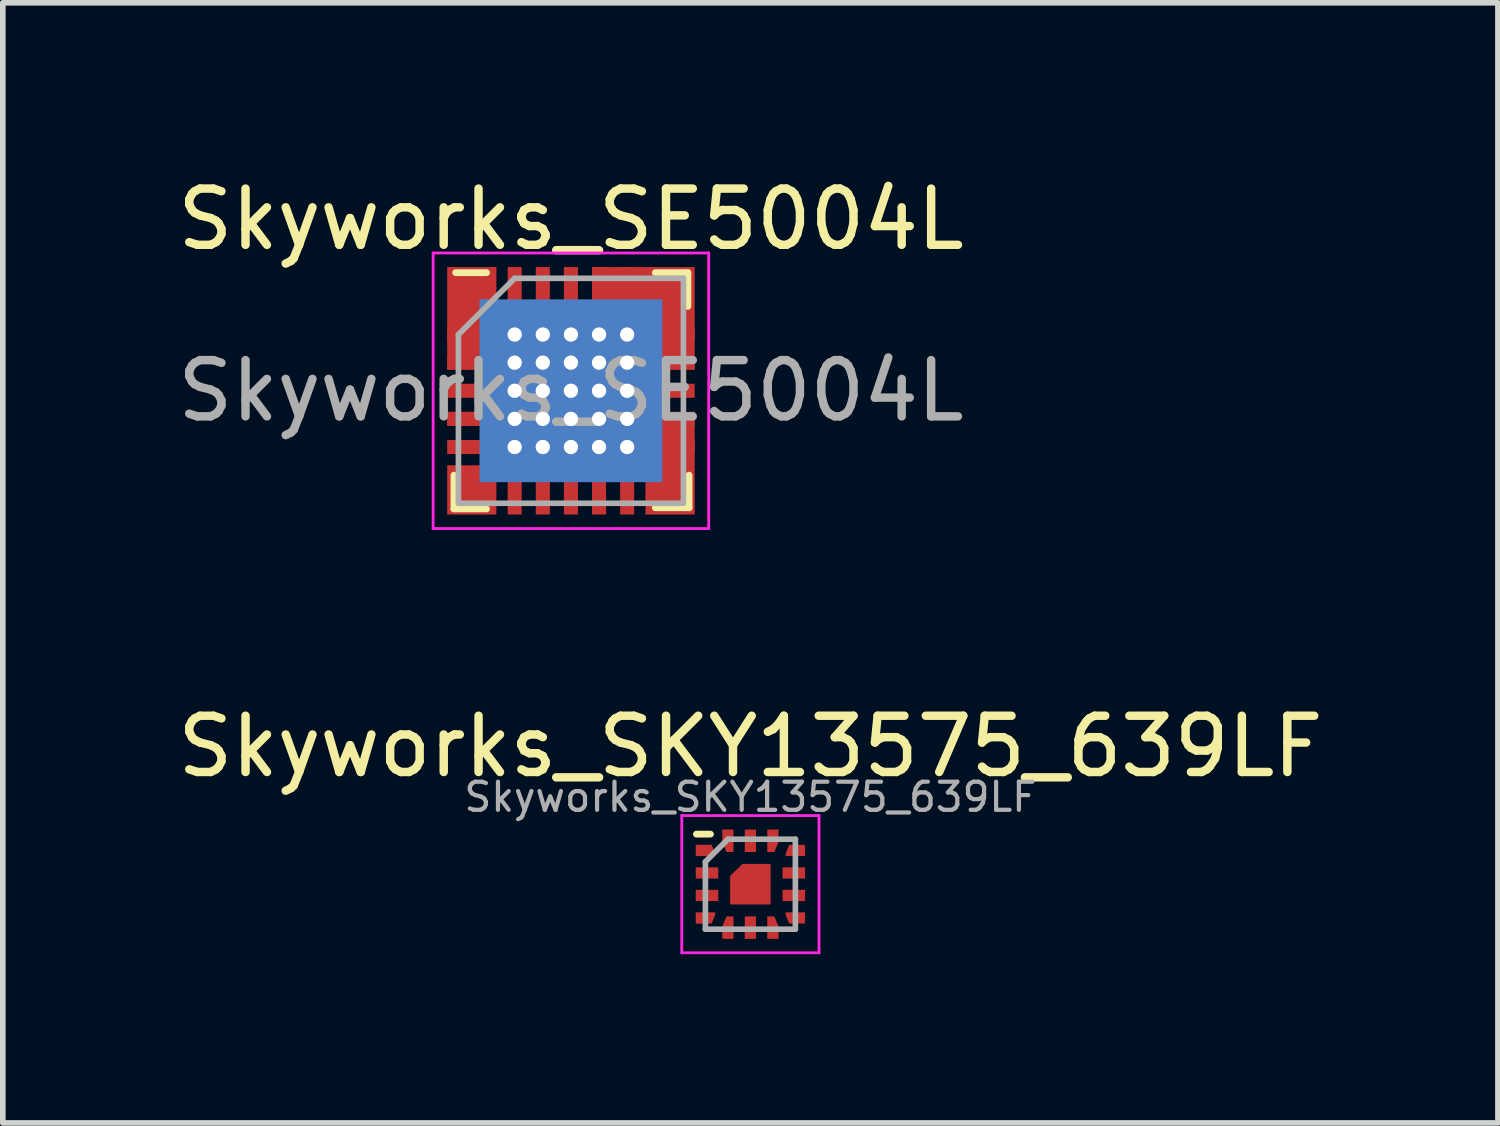
<source format=kicad_pcb>
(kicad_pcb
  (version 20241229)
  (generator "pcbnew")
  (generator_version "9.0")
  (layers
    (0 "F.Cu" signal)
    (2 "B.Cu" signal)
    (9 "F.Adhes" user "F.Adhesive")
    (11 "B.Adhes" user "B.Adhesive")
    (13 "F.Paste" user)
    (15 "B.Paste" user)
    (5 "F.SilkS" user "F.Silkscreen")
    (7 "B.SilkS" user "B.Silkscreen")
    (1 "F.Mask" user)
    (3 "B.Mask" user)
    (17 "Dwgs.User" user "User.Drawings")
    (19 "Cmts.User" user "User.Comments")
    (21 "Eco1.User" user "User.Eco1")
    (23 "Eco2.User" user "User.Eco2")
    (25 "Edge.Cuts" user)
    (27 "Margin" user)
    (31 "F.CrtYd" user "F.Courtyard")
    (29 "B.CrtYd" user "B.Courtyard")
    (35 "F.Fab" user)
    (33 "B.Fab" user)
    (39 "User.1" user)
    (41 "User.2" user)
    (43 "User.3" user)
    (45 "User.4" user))
  (footprint "Skyworks_SE5004L"
    (layer "F.Cu")
    (at 7.101 3.898)
    (property "Reference" "Skyworks_SE5004L" (at 0 -3.05 0) (layer "F.SilkS") (effects (font (size 1 1) (thickness 0.15))))
    (attr smd)
    (fp_poly (pts (xy -1.325 -1.3) (xy 0.375 -1.3) (xy 0.375 -2.2) (xy 2.2 -2.2) (xy 2.2 -0.375) (xy 1.3 -0.375) (xy 1.3 0.375) (xy 2.2 0.375) (xy 2.2 2.2) (xy 1.325 2.2) (xy 1.325 1.3) (xy -1.21 1.3) (xy -1.325 1.415) (xy -1.325 2.2) (xy -2.2 2.2) (xy -2.2 1.325) (xy -1.415 1.325) (xy -1.3 1.21) (xy -1.3 0.625) (xy -2.2 0.625) (xy -2.2 0.375) (xy -1.3 0.375) (xy -1.3 -0.375) (xy -2.2 -0.375) (xy -2.2 -2.2) (xy -1.325 -2.2)) (stroke (width 0) (type solid)) (fill yes) (layer "F.Cu"))
    (fp_poly (pts (xy 1.2 1.2) (xy -1.2 1.2) (xy -1.2 -1.2) (xy 1.2 -1.2)) (stroke (width 0) (type solid)) (fill yes) (layer "F.Mask"))
    (fp_poly (pts (xy 1.625 1.625) (xy -1.625 1.625) (xy -1.625 -1.625) (xy 1.625 -1.625)) (stroke (width 0) (type solid)) (fill yes) (layer "B.Cu"))
    (fp_line (start -2.08 1.5) (end -2.08 2.1) (stroke (width 0.12) (type solid)) (layer "F.SilkS"))
    (fp_line (start -2.05 -2.1) (end -1.5 -2.1) (stroke (width 0.12) (type solid)) (layer "F.SilkS"))
    (fp_line (start -1.5 2.1) (end -2.08 2.1) (stroke (width 0.12) (type solid)) (layer "F.SilkS"))
    (fp_line (start 1.5 -2.1) (end 2.08 -2.1) (stroke (width 0.12) (type solid)) (layer "F.SilkS"))
    (fp_line (start 1.5 2.08) (end 2.1 2.08) (stroke (width 0.12) (type solid)) (layer "F.SilkS"))
    (fp_line (start 2.08 -1.5) (end 2.08 -2.1) (stroke (width 0.12) (type solid)) (layer "F.SilkS"))
    (fp_line (start 2.1 1.5) (end 2.1 2.08) (stroke (width 0.12) (type solid)) (layer "F.SilkS"))
    (fp_poly (pts (xy -0.1 -0.1) (xy -1.15 -0.1) (xy -1.15 -1.15) (xy -0.1 -1.15)) (stroke (width 0) (type solid)) (fill yes) (layer "F.Paste"))
    (fp_poly (pts (xy -0.1 1.15) (xy -1.15 1.15) (xy -1.15 0.1) (xy -0.1 0.1)) (stroke (width 0) (type solid)) (fill yes) (layer "F.Paste"))
    (fp_poly (pts (xy 1.15 -0.1) (xy 0.1 -0.1) (xy 0.1 -1.15) (xy 1.15 -1.15)) (stroke (width 0) (type solid)) (fill yes) (layer "F.Paste"))
    (fp_poly (pts (xy 1.15 1.15) (xy 0.1 1.15) (xy 0.1 0.1) (xy 1.15 0.1)) (stroke (width 0) (type solid)) (fill yes) (layer "F.Paste"))
    (fp_line (start -2.45 -2.45) (end 2.45 -2.45) (stroke (width 0.05) (type solid)) (layer "F.CrtYd"))
    (fp_line (start -2.45 2.45) (end -2.45 -2.45) (stroke (width 0.05) (type solid)) (layer "F.CrtYd"))
    (fp_line (start 2.45 -2.45) (end 2.45 2.45) (stroke (width 0.05) (type solid)) (layer "F.CrtYd"))
    (fp_line (start 2.45 2.45) (end -2.45 2.45) (stroke (width 0.05) (type solid)) (layer "F.CrtYd"))
    (fp_line (start -2 -1) (end -1 -2) (stroke (width 0.1) (type solid)) (layer "F.Fab"))
    (fp_line (start -2 2) (end -2 -1) (stroke (width 0.1) (type solid)) (layer "F.Fab"))
    (fp_line (start -1 -2) (end 2 -2) (stroke (width 0.1) (type solid)) (layer "F.Fab"))
    (fp_line (start 2 -2) (end 2 2) (stroke (width 0.1) (type solid)) (layer "F.Fab"))
    (fp_line (start 2 2) (end -2 2) (stroke (width 0.1) (type solid)) (layer "F.Fab"))
    (fp_text user "${REFERENCE}" (at 0 0 0) (layer "F.Fab") (effects (font (size 1 1) (thickness 0.15))))
    (pad "1" smd rect (at -1.85 -1 90) (size 0.25 0.7) (layers "F.Cu" "F.Mask" "F.Paste"))
    (pad "2" smd rect (at -1.85 -0.5 90) (size 0.25 0.7) (layers "F.Cu" "F.Mask" "F.Paste"))
    (pad "3" smd rect (at -1.85 0 90) (size 0.25 0.7) (layers "F.Cu" "F.Mask" "F.Paste"))
    (pad "4" smd rect (at -1.85 0.5 90) (size 0.25 0.7) (layers "F.Cu" "F.Mask" "F.Paste"))
    (pad "5" smd rect (at -1.85 1 90) (size 0.25 0.7) (layers "F.Cu" "F.Mask" "F.Paste"))
    (pad "6" smd rect (at -1 1.85 180) (size 0.25 0.7) (layers "F.Cu" "F.Mask" "F.Paste"))
    (pad "7" smd rect (at -0.5 1.85 180) (size 0.25 0.7) (layers "F.Cu" "F.Mask" "F.Paste"))
    (pad "8" smd rect (at 0 1.85 180) (size 0.25 0.7) (layers "F.Cu" "F.Mask" "F.Paste"))
    (pad "9" smd rect (at 0.5 1.85 180) (size 0.25 0.7) (layers "F.Cu" "F.Mask" "F.Paste"))
    (pad "10" smd rect (at 1 1.85 180) (size 0.25 0.7) (layers "F.Cu" "F.Mask" "F.Paste"))
    (pad "11" smd rect (at 1.85 1 90) (size 0.25 0.7) (layers "F.Cu" "F.Mask" "F.Paste"))
    (pad "12" smd rect (at 1.85 0.5 90) (size 0.25 0.7) (layers "F.Cu" "F.Mask" "F.Paste"))
    (pad "13" smd rect (at 1.85 0 90) (size 0.25 0.7) (layers "F.Cu" "F.Mask" "F.Paste"))
    (pad "14" smd rect (at 1.85 -0.5 90) (size 0.25 0.7) (layers "F.Cu" "F.Mask" "F.Paste"))
    (pad "15" smd rect (at 1.85 -1 90) (size 0.25 0.7) (layers "F.Cu" "F.Mask" "F.Paste"))
    (pad "16" smd rect (at 1 -1.85 180) (size 0.25 0.7) (layers "F.Cu" "F.Mask" "F.Paste"))
    (pad "17" smd rect (at 0.5 -1.85 180) (size 0.25 0.7) (layers "F.Cu" "F.Mask" "F.Paste"))
    (pad "18" smd rect (at 0 -1.85 180) (size 0.25 0.7) (layers "F.Cu" "F.Mask" "F.Paste"))
    (pad "19" smd rect (at -0.5 -1.85 180) (size 0.25 0.7) (layers "F.Cu" "F.Mask" "F.Paste"))
    (pad "20" smd rect (at -1 -1.85 180) (size 0.25 0.7) (layers "F.Cu" "F.Mask" "F.Paste"))
    (pad "21" thru_hole circle (at -1 -1 270) (size 0.254 0.254) (drill 0.254) (layers "*.Cu" "F.Mask"))
    (pad "21" thru_hole circle (at -1 -0.5 270) (size 0.254 0.254) (drill 0.254) (layers "*.Cu" "F.Mask"))
    (pad "21" thru_hole circle (at -1 0 270) (size 0.254 0.254) (drill 0.254) (layers "*.Cu" "F.Mask"))
    (pad "21" thru_hole circle (at -1 0.5 270) (size 0.254 0.254) (drill 0.254) (layers "*.Cu" "F.Mask"))
    (pad "21" thru_hole circle (at -1 1 270) (size 0.254 0.254) (drill 0.254) (layers "*.Cu" "F.Mask"))
    (pad "21" thru_hole circle (at -0.5 -1 270) (size 0.254 0.254) (drill 0.254) (layers "*.Cu" "F.Mask"))
    (pad "21" thru_hole circle (at -0.5 -0.5 270) (size 0.254 0.254) (drill 0.254) (layers "*.Cu" "F.Mask"))
    (pad "21" thru_hole circle (at -0.5 0 270) (size 0.254 0.254) (drill 0.254) (layers "*.Cu" "F.Mask"))
    (pad "21" thru_hole circle (at -0.5 0.5 270) (size 0.254 0.254) (drill 0.254) (layers "*.Cu" "F.Mask"))
    (pad "21" thru_hole circle (at -0.5 1 270) (size 0.254 0.254) (drill 0.254) (layers "*.Cu" "F.Mask"))
    (pad "21" thru_hole circle (at 0 -1 270) (size 0.254 0.254) (drill 0.254) (layers "*.Cu" "F.Mask"))
    (pad "21" thru_hole circle (at 0 -0.5 270) (size 0.254 0.254) (drill 0.254) (layers "*.Cu" "F.Mask"))
    (pad "21" smd rect (at 0 0 270) (size 0.25 0.7) (layers "F.Cu"))
    (pad "21" thru_hole circle (at 0 0 270) (size 0.254 0.254) (drill 0.254) (layers "*.Cu" "F.Mask"))
    (pad "21" thru_hole circle (at 0 0.5 270) (size 0.254 0.254) (drill 0.254) (layers "*.Cu" "F.Mask"))
    (pad "21" thru_hole circle (at 0 1 270) (size 0.254 0.254) (drill 0.254) (layers "*.Cu" "F.Mask"))
    (pad "21" thru_hole circle (at 0.5 -1 270) (size 0.254 0.254) (drill 0.254) (layers "*.Cu" "F.Mask"))
    (pad "21" thru_hole circle (at 0.5 -0.5 270) (size 0.254 0.254) (drill 0.254) (layers "*.Cu" "F.Mask"))
    (pad "21" thru_hole circle (at 0.5 0 270) (size 0.254 0.254) (drill 0.254) (layers "*.Cu" "F.Mask"))
    (pad "21" thru_hole circle (at 0.5 0.5 270) (size 0.254 0.254) (drill 0.254) (layers "*.Cu" "F.Mask"))
    (pad "21" thru_hole circle (at 0.5 1 270) (size 0.254 0.254) (drill 0.254) (layers "*.Cu" "F.Mask"))
    (pad "21" thru_hole circle (at 1 -1 270) (size 0.254 0.254) (drill 0.254) (layers "*.Cu" "F.Mask"))
    (pad "21" thru_hole circle (at 1 -0.5 270) (size 0.254 0.254) (drill 0.254) (layers "*.Cu" "F.Mask"))
    (pad "21" thru_hole circle (at 1 0 270) (size 0.254 0.254) (drill 0.254) (layers "*.Cu" "F.Mask"))
    (pad "21" thru_hole circle (at 1 0.5 270) (size 0.254 0.254) (drill 0.254) (layers "*.Cu" "F.Mask"))
    (pad "21" thru_hole circle (at 1 1 270) (size 0.254 0.254) (drill 0.254) (layers "*.Cu" "F.Mask")))
  (footprint "Skyworks_SKY13575_639LF"
    (layer "F.Cu")
    (at 10.292 12.671)
    (property "Reference" "Skyworks_SKY13575_639LF" (at 0 -2.45 0) (layer "F.SilkS") (effects (font (size 1 1) (thickness 0.15))))
    (attr smd)
    (fp_line (start -0.96 -0.89) (end -0.71 -0.89) (stroke (width 0.12) (type solid)) (layer "F.SilkS"))
    (fp_poly (pts (xy -0.33 0.33) (xy -0.33 0.04) (xy -0.04 0.04) (xy -0.04 0.33)) (stroke (width 0) (type solid)) (fill yes) (layer "F.Paste"))
    (fp_poly (pts (xy 0.04 -0.04) (xy 0.04 -0.33) (xy 0.33 -0.33) (xy 0.33 -0.04)) (stroke (width 0) (type solid)) (fill yes) (layer "F.Paste"))
    (fp_poly (pts (xy 0.04 0.33) (xy 0.04 0.04) (xy 0.33 0.04) (xy 0.33 0.33)) (stroke (width 0) (type solid)) (fill yes) (layer "F.Paste"))
    (fp_poly (pts (xy -0.04 -0.04) (xy -0.04 -0.33) (xy -0.13 -0.33) (xy -0.33 -0.14) (xy -0.33 -0.04)) (stroke (width 0) (type solid)) (fill yes) (layer "F.Paste"))
    (fp_line (start -1.22 -1.22) (end -1.22 1.22) (stroke (width 0.05) (type solid)) (layer "F.CrtYd"))
    (fp_line (start -1.22 1.22) (end 1.22 1.22) (stroke (width 0.05) (type solid)) (layer "F.CrtYd"))
    (fp_line (start 1.22 -1.22) (end -1.22 -1.22) (stroke (width 0.05) (type solid)) (layer "F.CrtYd"))
    (fp_line (start 1.22 1.22) (end 1.22 -1.22) (stroke (width 0.05) (type solid)) (layer "F.CrtYd"))
    (fp_line (start -0.8 -0.4) (end -0.8 0.8) (stroke (width 0.1) (type solid)) (layer "F.Fab"))
    (fp_line (start -0.8 0.8) (end 0.8 0.8) (stroke (width 0.1) (type solid)) (layer "F.Fab"))
    (fp_line (start -0.4 -0.8) (end -0.8 -0.4) (stroke (width 0.1) (type solid)) (layer "F.Fab"))
    (fp_line (start 0.8 -0.8) (end -0.4 -0.8) (stroke (width 0.1) (type solid)) (layer "F.Fab"))
    (fp_line (start 0.8 0.8) (end 0.8 -0.8) (stroke (width 0.1) (type solid)) (layer "F.Fab"))
    (fp_text user "${REFERENCE}" (at 0 -1.55 0) (layer "F.Fab") (effects (font (size 0.5 0.5) (thickness 0.075))))
    (pad "1" smd custom (at -0.866 -0.601) (size 0.2 0.2) (layers "F.Cu" "F.Mask" "F.Paste") (options (anchor rect)) (primitives (gr_poly (pts (xy -0.106 0.101) (xy 0.239 0.101) (xy 0.239 0.053) (xy 0.175 -0.099) (xy -0.106 -0.099)) (width 0) (fill yes))))
    (pad "2" smd rect (at -0.772 -0.2) (size 0.4 0.2) (layers "F.Cu" "F.Mask" "F.Paste"))
    (pad "3" smd rect (at -0.772 0.2) (size 0.4 0.2) (layers "F.Cu" "F.Mask" "F.Paste"))
    (pad "4" smd custom (at -0.866 0.602) (size 0.2 0.2) (layers "F.Cu" "F.Mask" "F.Paste") (options (anchor rect)) (primitives (gr_poly (pts (xy -0.106 -0.102) (xy 0.239 -0.102) (xy 0.239 -0.054) (xy 0.175 0.098) (xy -0.106 0.098)) (width 0) (fill yes))))
    (pad "5" smd custom (at -0.4 0.871) (size 0.19 0.2) (layers "F.Cu" "F.Mask" "F.Paste") (options (anchor rect)) (primitives (gr_poly (pts (xy 0.1 -0.299) (xy 0.1 0.101) (xy -0.1 0.101) (xy -0.1 -0.119) (xy -0.025 -0.299)) (width 0) (fill yes))))
    (pad "6" smd rect (at 0 0.772 90) (size 0.4 0.2) (layers "F.Cu" "F.Mask" "F.Paste"))
    (pad "7" smd custom (at 0.4 0.87) (size 0.19 0.2) (layers "F.Cu" "F.Mask" "F.Paste") (options (anchor rect)) (primitives (gr_poly (pts (xy -0.1 -0.298) (xy -0.1 0.102) (xy 0.1 0.102) (xy 0.1 -0.118) (xy 0.025 -0.298)) (width 0) (fill yes))))
    (pad "8" smd custom (at 0.871 0.6) (size 0.2 0.2) (layers "F.Cu" "F.Mask" "F.Paste") (options (anchor rect)) (primitives (gr_poly (pts (xy 0.101 -0.1) (xy 0.101 0.1) (xy -0.18 0.1) (xy -0.244 -0.052) (xy -0.244 -0.1)) (width 0) (fill yes))))
    (pad "9" smd rect (at 0.772 0.2) (size 0.4 0.2) (layers "F.Cu" "F.Mask" "F.Paste"))
    (pad "10" smd rect (at 0.772 -0.2) (size 0.4 0.2) (layers "F.Cu" "F.Mask" "F.Paste"))
    (pad "11" smd custom (at 0.872 -0.6) (size 0.2 0.2) (layers "F.Cu" "F.Mask" "F.Paste") (options (anchor rect)) (primitives (gr_poly (pts (xy 0.1 -0.1) (xy 0.1 0.1) (xy -0.245 0.1) (xy -0.245 0.052) (xy -0.181 -0.1)) (width 0) (fill yes))))
    (pad "12" smd custom (at 0.398 -0.87) (size 0.19 0.2) (layers "F.Cu" "F.Mask" "F.Paste") (options (anchor rect)) (primitives (gr_poly (pts (xy -0.098 -0.102) (xy -0.098 0.298) (xy 0.027 0.298) (xy 0.102 0.118) (xy 0.102 -0.102)) (width 0) (fill yes))))
    (pad "13" smd rect (at 0 -0.772 90) (size 0.4 0.2) (layers "F.Cu" "F.Mask" "F.Paste"))
    (pad "14" smd custom (at -0.4 -0.869) (size 0.19 0.2) (layers "F.Cu" "F.Mask" "F.Paste") (options (anchor rect)) (primitives (gr_poly (pts (xy 0.1 -0.103) (xy -0.1 -0.103) (xy -0.1 0.117) (xy -0.025 0.297) (xy 0.1 0.297)) (width 0) (fill yes))))
    (pad "15" smd custom (at 0 0) (size 0.29 0.29) (layers "F.Cu" "F.Mask") (options (anchor rect)) (primitives (gr_poly (pts (xy -0.14 -0.36) (xy -0.36 -0.15) (xy -0.36 0.36) (xy 0.36 0.36) (xy 0.36 -0.36)) (width 0) (fill yes)))))
  (gr_rect
    (start -3 -3)
    (end 23.583 16.916)
    (stroke (width 0.1) (type default))
    (fill no)
    (layer "Edge.Cuts")))
</source>
